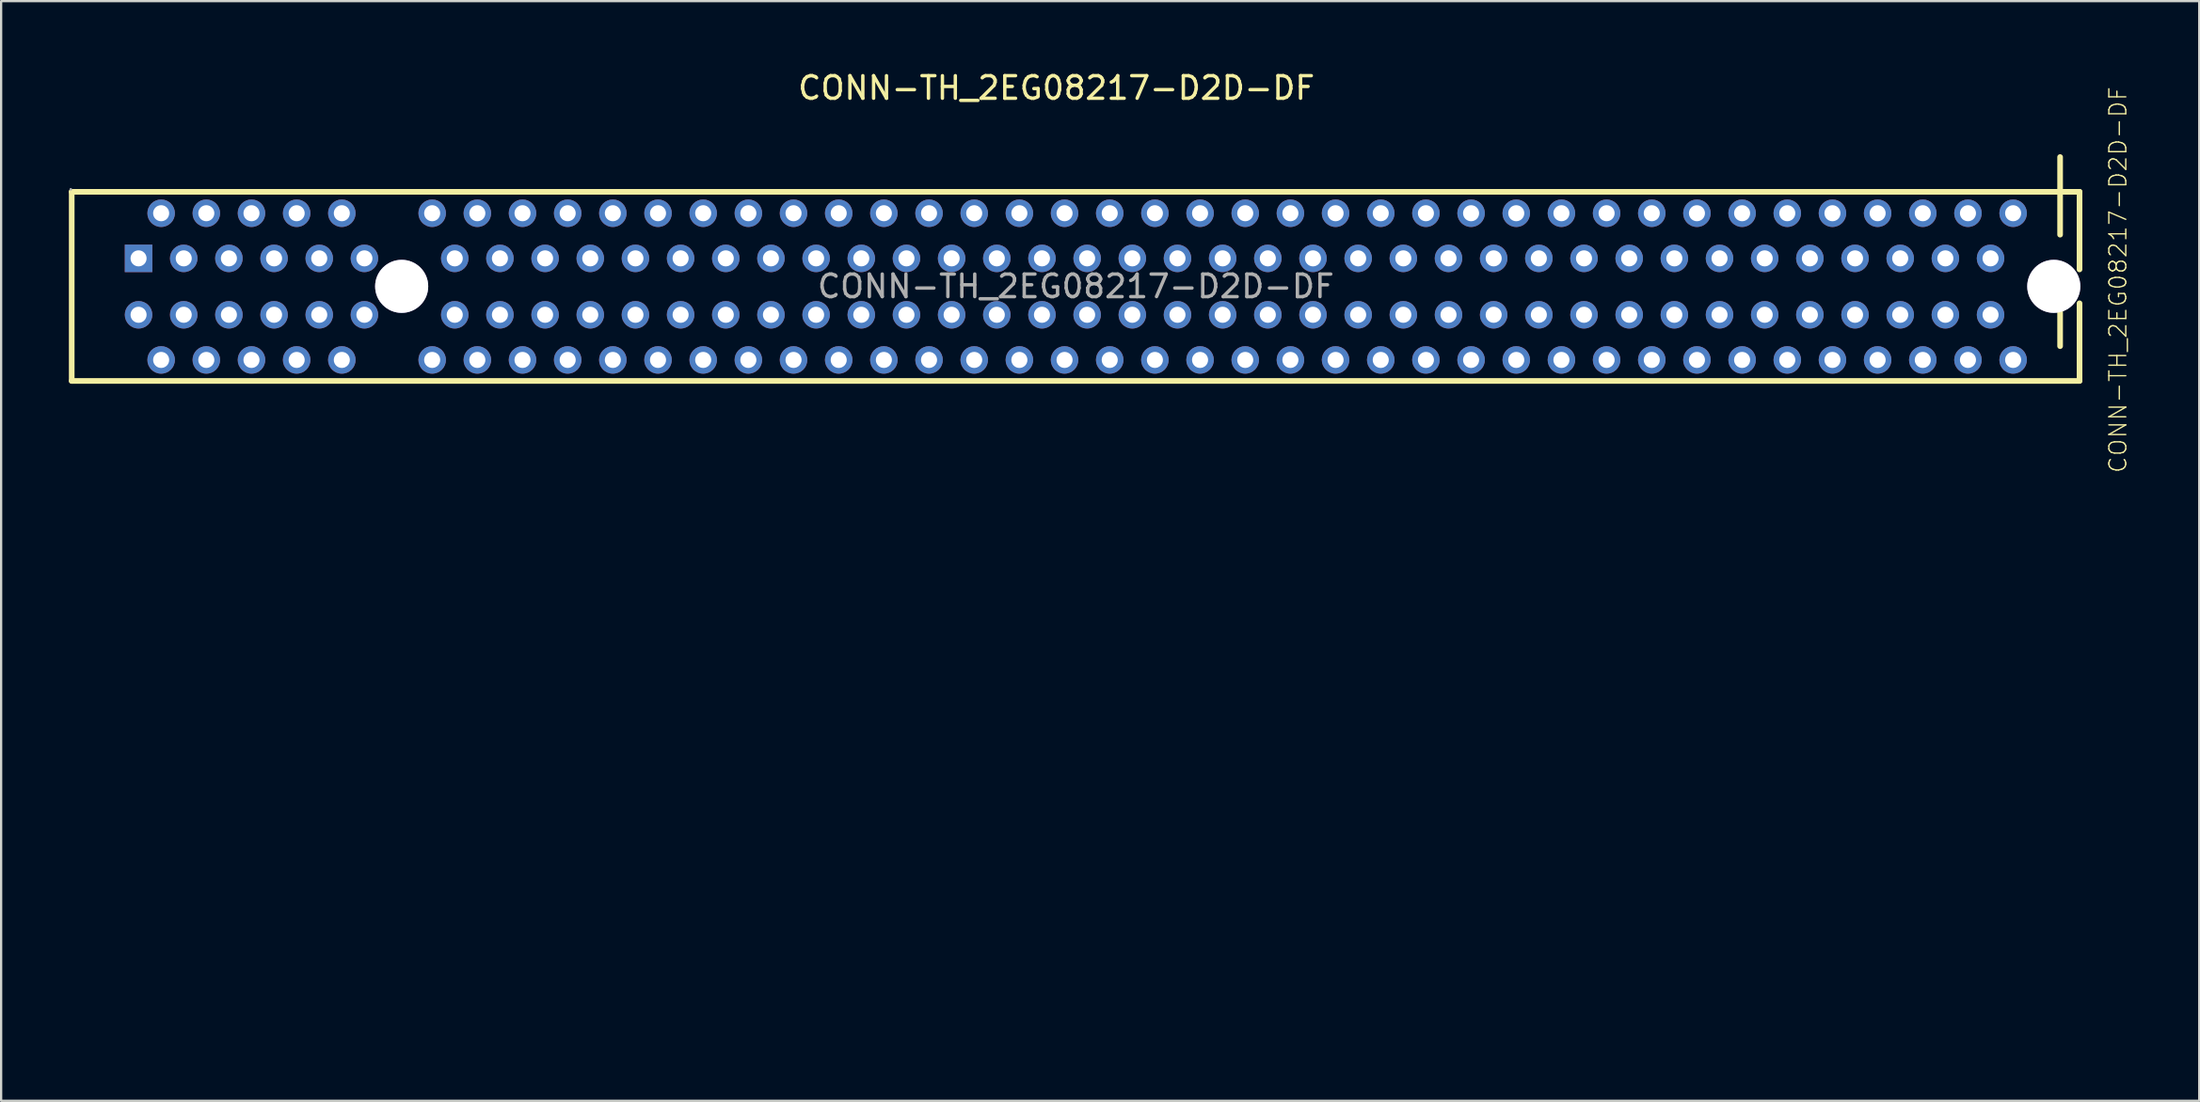
<source format=kicad_pcb>
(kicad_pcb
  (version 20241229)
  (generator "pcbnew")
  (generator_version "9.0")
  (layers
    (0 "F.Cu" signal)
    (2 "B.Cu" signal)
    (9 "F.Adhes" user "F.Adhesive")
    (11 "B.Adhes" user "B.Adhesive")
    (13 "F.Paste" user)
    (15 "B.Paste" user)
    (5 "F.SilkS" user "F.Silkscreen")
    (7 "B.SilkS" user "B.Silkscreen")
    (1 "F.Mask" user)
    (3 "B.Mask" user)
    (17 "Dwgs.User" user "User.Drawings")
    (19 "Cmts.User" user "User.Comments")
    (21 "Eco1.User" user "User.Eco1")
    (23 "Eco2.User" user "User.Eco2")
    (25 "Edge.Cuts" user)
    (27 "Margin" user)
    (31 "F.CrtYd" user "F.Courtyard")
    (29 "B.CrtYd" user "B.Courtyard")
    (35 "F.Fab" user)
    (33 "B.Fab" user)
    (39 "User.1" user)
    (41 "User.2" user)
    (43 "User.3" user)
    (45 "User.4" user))
  (footprint "CONN-TH_2EG08217-D2D-DF"
    (layer "F.Cu")
    (at 43.725 8.098)
    (property "Reference" "CONN-TH_2EG08217-D2D-DF" (at 0 -7.25 0) (layer "F.SilkS") (effects (font (size 1 1) (thickness 0.15))))
    (attr through_hole)
    (fp_line (start -43.6 -2.65) (end -43.6 5.73) (stroke (width 0.25) (type solid)) (layer "F.SilkS"))
    (fp_line (start -43.6 -2.65) (end 45.3 -2.65) (stroke (width 0.25) (type solid)) (layer "F.SilkS"))
    (fp_line (start -43.6 5.73) (end 45.3 5.73) (stroke (width 0.25) (type solid)) (layer "F.SilkS"))
    (fp_line (start 44.44 -0.75) (end 44.44 -4.19) (stroke (width 0.25) (type solid)) (layer "F.SilkS"))
    (fp_line (start 44.44 4.19) (end 44.44 0.75) (stroke (width 0.25) (type solid)) (layer "F.SilkS"))
    (fp_line (start 45.3 0.79) (end 45.3 -2.65) (stroke (width 0.25) (type solid)) (layer "F.SilkS"))
    (fp_line (start 45.3 5.73) (end 45.3 2.29) (stroke (width 0.25) (type solid)) (layer "F.SilkS"))
    (fp_circle (center -43.64 -2.76) (end -43.61 -2.76) (stroke (width 0.06) (type solid)) (fill no) (layer "F.Fab"))
    (fp_circle (center 29.955 33.049) (end 30.114 33.049) (stroke (width 0.025) (type solid)) (fill no) (layer "User.9"))
    (fp_circle (center 41.605 34.299) (end 41.922 34.299) (stroke (width 0.025) (type solid)) (fill no) (layer "User.9"))
    (fp_text user "${REFERENCE}" (at 47.442 9.86 90) (unlocked yes) (layer "F.SilkS") (effects (font (size 0.75 0.75) (thickness 0.06)) (justify left bottom)))
    (fp_text user "" (at 43.744 12.35 270) (unlocked yes) (layer "Eco1.User") (effects (font (size 0.61 0.61) (thickness 0.036)) (justify left bottom)))
    (fp_text user "${REFERENCE}" (at 0.86 1.54 180) (layer "F.Fab") (effects (font (size 1 1) (thickness 0.15))))
    (pad "" thru_hole circle (at -28.99 1.54) (size 2.35 2.35) (drill 2.35) (layers "*.Cu" "*.Mask"))
    (pad "" thru_hole circle (at 44.16 1.54) (size 2.35 2.35) (drill 2.35) (layers "*.Cu" "*.Mask"))
    (pad "A1" thru_hole rect (at -40.64 0.3 90) (size 1.219 1.219) (drill 0.711) (layers "*.Cu" "*.Mask"))
    (pad "A2" thru_hole circle (at -39.64 -1.7 90) (size 1.219 1.219) (drill 0.711) (layers "*.Cu" "*.Mask"))
    (pad "A3" thru_hole circle (at -38.64 0.3 90) (size 1.219 1.219) (drill 0.711) (layers "*.Cu" "*.Mask"))
    (pad "A4" thru_hole circle (at -37.64 -1.7 90) (size 1.219 1.219) (drill 0.711) (layers "*.Cu" "*.Mask"))
    (pad "A5" thru_hole circle (at -36.64 0.3 90) (size 1.219 1.219) (drill 0.711) (layers "*.Cu" "*.Mask"))
    (pad "A6" thru_hole circle (at -35.64 -1.7 90) (size 1.219 1.219) (drill 0.711) (layers "*.Cu" "*.Mask"))
    (pad "A7" thru_hole circle (at -34.64 0.3 90) (size 1.219 1.219) (drill 0.711) (layers "*.Cu" "*.Mask"))
    (pad "A8" thru_hole circle (at -33.64 -1.7 90) (size 1.219 1.219) (drill 0.711) (layers "*.Cu" "*.Mask"))
    (pad "A9" thru_hole circle (at -32.64 0.3 90) (size 1.219 1.219) (drill 0.711) (layers "*.Cu" "*.Mask"))
    (pad "A10" thru_hole circle (at -31.64 -1.7 90) (size 1.219 1.219) (drill 0.711) (layers "*.Cu" "*.Mask"))
    (pad "A11" thru_hole circle (at -30.64 0.3 90) (size 1.219 1.219) (drill 0.711) (layers "*.Cu" "*.Mask"))
    (pad "A12" thru_hole circle (at -27.64 -1.7 90) (size 1.219 1.219) (drill 0.711) (layers "*.Cu" "*.Mask"))
    (pad "A13" thru_hole circle (at -26.64 0.3 90) (size 1.219 1.219) (drill 0.711) (layers "*.Cu" "*.Mask"))
    (pad "A14" thru_hole circle (at -25.64 -1.7 90) (size 1.219 1.219) (drill 0.711) (layers "*.Cu" "*.Mask"))
    (pad "A15" thru_hole circle (at -24.64 0.3 90) (size 1.219 1.219) (drill 0.711) (layers "*.Cu" "*.Mask"))
    (pad "A16" thru_hole circle (at -23.64 -1.7 90) (size 1.219 1.219) (drill 0.711) (layers "*.Cu" "*.Mask"))
    (pad "A17" thru_hole circle (at -22.64 0.3 90) (size 1.219 1.219) (drill 0.711) (layers "*.Cu" "*.Mask"))
    (pad "A18" thru_hole circle (at -21.64 -1.7 90) (size 1.219 1.219) (drill 0.711) (layers "*.Cu" "*.Mask"))
    (pad "A19" thru_hole circle (at -20.64 0.3 90) (size 1.219 1.219) (drill 0.711) (layers "*.Cu" "*.Mask"))
    (pad "A20" thru_hole circle (at -19.64 -1.7 90) (size 1.219 1.219) (drill 0.711) (layers "*.Cu" "*.Mask"))
    (pad "A21" thru_hole circle (at -18.64 0.3 90) (size 1.219 1.219) (drill 0.711) (layers "*.Cu" "*.Mask"))
    (pad "A22" thru_hole circle (at -17.64 -1.7 90) (size 1.219 1.219) (drill 0.711) (layers "*.Cu" "*.Mask"))
    (pad "A23" thru_hole circle (at -16.64 0.3 90) (size 1.219 1.219) (drill 0.711) (layers "*.Cu" "*.Mask"))
    (pad "A24" thru_hole circle (at -15.64 -1.7 90) (size 1.219 1.219) (drill 0.711) (layers "*.Cu" "*.Mask"))
    (pad "A25" thru_hole circle (at -14.64 0.3 90) (size 1.219 1.219) (drill 0.711) (layers "*.Cu" "*.Mask"))
    (pad "A26" thru_hole circle (at -13.64 -1.7 90) (size 1.219 1.219) (drill 0.711) (layers "*.Cu" "*.Mask"))
    (pad "A27" thru_hole circle (at -12.64 0.3 90) (size 1.219 1.219) (drill 0.711) (layers "*.Cu" "*.Mask"))
    (pad "A28" thru_hole circle (at -11.64 -1.7 90) (size 1.219 1.219) (drill 0.711) (layers "*.Cu" "*.Mask"))
    (pad "A29" thru_hole circle (at -10.64 0.3 90) (size 1.219 1.219) (drill 0.711) (layers "*.Cu" "*.Mask"))
    (pad "A30" thru_hole circle (at -9.64 -1.7 90) (size 1.219 1.219) (drill 0.711) (layers "*.Cu" "*.Mask"))
    (pad "A31" thru_hole circle (at -8.64 0.3 90) (size 1.219 1.219) (drill 0.711) (layers "*.Cu" "*.Mask"))
    (pad "A32" thru_hole circle (at -7.64 -1.7 90) (size 1.219 1.219) (drill 0.711) (layers "*.Cu" "*.Mask"))
    (pad "A33" thru_hole circle (at -6.64 0.3 90) (size 1.219 1.219) (drill 0.711) (layers "*.Cu" "*.Mask"))
    (pad "A34" thru_hole circle (at -5.64 -1.7 90) (size 1.219 1.219) (drill 0.711) (layers "*.Cu" "*.Mask"))
    (pad "A35" thru_hole circle (at -4.64 0.3 90) (size 1.219 1.219) (drill 0.711) (layers "*.Cu" "*.Mask"))
    (pad "A36" thru_hole circle (at -3.64 -1.7 90) (size 1.219 1.219) (drill 0.711) (layers "*.Cu" "*.Mask"))
    (pad "A37" thru_hole circle (at -2.64 0.3 90) (size 1.219 1.219) (drill 0.711) (layers "*.Cu" "*.Mask"))
    (pad "A38" thru_hole circle (at -1.64 -1.7 90) (size 1.219 1.219) (drill 0.711) (layers "*.Cu" "*.Mask"))
    (pad "A39" thru_hole circle (at -0.64 0.3 90) (size 1.219 1.219) (drill 0.711) (layers "*.Cu" "*.Mask"))
    (pad "A40" thru_hole circle (at 0.36 -1.7 90) (size 1.219 1.219) (drill 0.711) (layers "*.Cu" "*.Mask"))
    (pad "A41" thru_hole circle (at 1.36 0.3 90) (size 1.219 1.219) (drill 0.711) (layers "*.Cu" "*.Mask"))
    (pad "A42" thru_hole circle (at 2.36 -1.7 90) (size 1.219 1.219) (drill 0.711) (layers "*.Cu" "*.Mask"))
    (pad "A43" thru_hole circle (at 3.36 0.3 90) (size 1.219 1.219) (drill 0.711) (layers "*.Cu" "*.Mask"))
    (pad "A44" thru_hole circle (at 4.36 -1.7 90) (size 1.219 1.219) (drill 0.711) (layers "*.Cu" "*.Mask"))
    (pad "A45" thru_hole circle (at 5.36 0.3 90) (size 1.219 1.219) (drill 0.711) (layers "*.Cu" "*.Mask"))
    (pad "A46" thru_hole circle (at 6.36 -1.7 90) (size 1.219 1.219) (drill 0.711) (layers "*.Cu" "*.Mask"))
    (pad "A47" thru_hole circle (at 7.36 0.3 90) (size 1.219 1.219) (drill 0.711) (layers "*.Cu" "*.Mask"))
    (pad "A48" thru_hole circle (at 8.36 -1.7 90) (size 1.219 1.219) (drill 0.711) (layers "*.Cu" "*.Mask"))
    (pad "A49" thru_hole circle (at 9.36 0.3 90) (size 1.219 1.219) (drill 0.711) (layers "*.Cu" "*.Mask"))
    (pad "A50" thru_hole circle (at 10.36 -1.7 90) (size 1.219 1.219) (drill 0.711) (layers "*.Cu" "*.Mask"))
    (pad "A51" thru_hole circle (at 11.36 0.3 90) (size 1.219 1.219) (drill 0.711) (layers "*.Cu" "*.Mask"))
    (pad "A52" thru_hole circle (at 12.36 -1.7 90) (size 1.219 1.219) (drill 0.711) (layers "*.Cu" "*.Mask"))
    (pad "A53" thru_hole circle (at 13.36 0.3 90) (size 1.219 1.219) (drill 0.711) (layers "*.Cu" "*.Mask"))
    (pad "A54" thru_hole circle (at 14.36 -1.7 90) (size 1.219 1.219) (drill 0.711) (layers "*.Cu" "*.Mask"))
    (pad "A55" thru_hole circle (at 15.36 0.3 90) (size 1.219 1.219) (drill 0.711) (layers "*.Cu" "*.Mask"))
    (pad "A56" thru_hole circle (at 16.36 -1.7 90) (size 1.219 1.219) (drill 0.711) (layers "*.Cu" "*.Mask"))
    (pad "A57" thru_hole circle (at 17.36 0.3 90) (size 1.219 1.219) (drill 0.711) (layers "*.Cu" "*.Mask"))
    (pad "A58" thru_hole circle (at 18.36 -1.7 90) (size 1.219 1.219) (drill 0.711) (layers "*.Cu" "*.Mask"))
    (pad "A59" thru_hole circle (at 19.36 0.3 90) (size 1.219 1.219) (drill 0.711) (layers "*.Cu" "*.Mask"))
    (pad "A60" thru_hole circle (at 20.36 -1.7 90) (size 1.219 1.219) (drill 0.711) (layers "*.Cu" "*.Mask"))
    (pad "A61" thru_hole circle (at 21.36 0.3 90) (size 1.219 1.219) (drill 0.711) (layers "*.Cu" "*.Mask"))
    (pad "A62" thru_hole circle (at 22.36 -1.7 90) (size 1.219 1.219) (drill 0.711) (layers "*.Cu" "*.Mask"))
    (pad "A63" thru_hole circle (at 23.36 0.3 90) (size 1.219 1.219) (drill 0.711) (layers "*.Cu" "*.Mask"))
    (pad "A64" thru_hole circle (at 24.36 -1.7 90) (size 1.219 1.219) (drill 0.711) (layers "*.Cu" "*.Mask"))
    (pad "A65" thru_hole circle (at 25.36 0.3 90) (size 1.219 1.219) (drill 0.711) (layers "*.Cu" "*.Mask"))
    (pad "A66" thru_hole circle (at 26.36 -1.7 90) (size 1.219 1.219) (drill 0.711) (layers "*.Cu" "*.Mask"))
    (pad "A67" thru_hole circle (at 27.36 0.3 90) (size 1.219 1.219) (drill 0.711) (layers "*.Cu" "*.Mask"))
    (pad "A68" thru_hole circle (at 28.36 -1.7 90) (size 1.219 1.219) (drill 0.711) (layers "*.Cu" "*.Mask"))
    (pad "A69" thru_hole circle (at 29.36 0.3 90) (size 1.219 1.219) (drill 0.711) (layers "*.Cu" "*.Mask"))
    (pad "A70" thru_hole circle (at 30.36 -1.7 90) (size 1.219 1.219) (drill 0.711) (layers "*.Cu" "*.Mask"))
    (pad "A71" thru_hole circle (at 31.36 0.3 90) (size 1.219 1.219) (drill 0.711) (layers "*.Cu" "*.Mask"))
    (pad "A72" thru_hole circle (at 32.36 -1.7 90) (size 1.219 1.219) (drill 0.711) (layers "*.Cu" "*.Mask"))
    (pad "A73" thru_hole circle (at 33.36 0.3 90) (size 1.219 1.219) (drill 0.711) (layers "*.Cu" "*.Mask"))
    (pad "A74" thru_hole circle (at 34.36 -1.7 90) (size 1.219 1.219) (drill 0.711) (layers "*.Cu" "*.Mask"))
    (pad "A75" thru_hole circle (at 35.36 0.3 90) (size 1.219 1.219) (drill 0.711) (layers "*.Cu" "*.Mask"))
    (pad "A76" thru_hole circle (at 36.36 -1.7 90) (size 1.219 1.219) (drill 0.711) (layers "*.Cu" "*.Mask"))
    (pad "A77" thru_hole circle (at 37.36 0.3 90) (size 1.219 1.219) (drill 0.711) (layers "*.Cu" "*.Mask"))
    (pad "A78" thru_hole circle (at 38.36 -1.7 90) (size 1.219 1.219) (drill 0.711) (layers "*.Cu" "*.Mask"))
    (pad "A79" thru_hole circle (at 39.36 0.3 90) (size 1.219 1.219) (drill 0.711) (layers "*.Cu" "*.Mask"))
    (pad "A80" thru_hole circle (at 40.36 -1.7 90) (size 1.219 1.219) (drill 0.711) (layers "*.Cu" "*.Mask"))
    (pad "A81" thru_hole circle (at 41.36 0.3 90) (size 1.219 1.219) (drill 0.711) (layers "*.Cu" "*.Mask"))
    (pad "A82" thru_hole circle (at 42.36 -1.7 90) (size 1.219 1.219) (drill 0.711) (layers "*.Cu" "*.Mask"))
    (pad "B1" thru_hole circle (at -40.64 2.8 90) (size 1.219 1.219) (drill 0.711) (layers "*.Cu" "*.Mask"))
    (pad "B2" thru_hole circle (at -39.64 4.8 90) (size 1.219 1.219) (drill 0.711) (layers "*.Cu" "*.Mask"))
    (pad "B3" thru_hole circle (at -38.64 2.8 90) (size 1.219 1.219) (drill 0.711) (layers "*.Cu" "*.Mask"))
    (pad "B4" thru_hole circle (at -37.64 4.8 90) (size 1.219 1.219) (drill 0.711) (layers "*.Cu" "*.Mask"))
    (pad "B5" thru_hole circle (at -36.64 2.8 90) (size 1.219 1.219) (drill 0.711) (layers "*.Cu" "*.Mask"))
    (pad "B6" thru_hole circle (at -35.64 4.8 90) (size 1.219 1.219) (drill 0.711) (layers "*.Cu" "*.Mask"))
    (pad "B7" thru_hole circle (at -34.64 2.8 90) (size 1.219 1.219) (drill 0.711) (layers "*.Cu" "*.Mask"))
    (pad "B8" thru_hole circle (at -33.64 4.8 90) (size 1.219 1.219) (drill 0.711) (layers "*.Cu" "*.Mask"))
    (pad "B9" thru_hole circle (at -32.64 2.8 90) (size 1.219 1.219) (drill 0.711) (layers "*.Cu" "*.Mask"))
    (pad "B10" thru_hole circle (at -31.64 4.8 90) (size 1.219 1.219) (drill 0.711) (layers "*.Cu" "*.Mask"))
    (pad "B11" thru_hole circle (at -30.64 2.8 90) (size 1.219 1.219) (drill 0.711) (layers "*.Cu" "*.Mask"))
    (pad "B12" thru_hole circle (at -27.64 4.8 90) (size 1.219 1.219) (drill 0.711) (layers "*.Cu" "*.Mask"))
    (pad "B13" thru_hole circle (at -26.64 2.8 90) (size 1.219 1.219) (drill 0.711) (layers "*.Cu" "*.Mask"))
    (pad "B14" thru_hole circle (at -25.64 4.8 90) (size 1.219 1.219) (drill 0.711) (layers "*.Cu" "*.Mask"))
    (pad "B15" thru_hole circle (at -24.64 2.8 90) (size 1.219 1.219) (drill 0.711) (layers "*.Cu" "*.Mask"))
    (pad "B16" thru_hole circle (at -23.64 4.8 90) (size 1.219 1.219) (drill 0.711) (layers "*.Cu" "*.Mask"))
    (pad "B17" thru_hole circle (at -22.64 2.8 90) (size 1.219 1.219) (drill 0.711) (layers "*.Cu" "*.Mask"))
    (pad "B18" thru_hole circle (at -21.64 4.8 90) (size 1.219 1.219) (drill 0.711) (layers "*.Cu" "*.Mask"))
    (pad "B19" thru_hole circle (at -20.64 2.8 90) (size 1.219 1.219) (drill 0.711) (layers "*.Cu" "*.Mask"))
    (pad "B20" thru_hole circle (at -19.64 4.8 90) (size 1.219 1.219) (drill 0.711) (layers "*.Cu" "*.Mask"))
    (pad "B21" thru_hole circle (at -18.64 2.8 90) (size 1.219 1.219) (drill 0.711) (layers "*.Cu" "*.Mask"))
    (pad "B22" thru_hole circle (at -17.64 4.8 90) (size 1.219 1.219) (drill 0.711) (layers "*.Cu" "*.Mask"))
    (pad "B23" thru_hole circle (at -16.64 2.8 90) (size 1.219 1.219) (drill 0.711) (layers "*.Cu" "*.Mask"))
    (pad "B24" thru_hole circle (at -15.64 4.8 90) (size 1.219 1.219) (drill 0.711) (layers "*.Cu" "*.Mask"))
    (pad "B25" thru_hole circle (at -14.64 2.8 90) (size 1.219 1.219) (drill 0.711) (layers "*.Cu" "*.Mask"))
    (pad "B26" thru_hole circle (at -13.64 4.8 90) (size 1.219 1.219) (drill 0.711) (layers "*.Cu" "*.Mask"))
    (pad "B27" thru_hole circle (at -12.64 2.8 90) (size 1.219 1.219) (drill 0.711) (layers "*.Cu" "*.Mask"))
    (pad "B28" thru_hole circle (at -11.64 4.8 90) (size 1.219 1.219) (drill 0.711) (layers "*.Cu" "*.Mask"))
    (pad "B29" thru_hole circle (at -10.64 2.8 90) (size 1.219 1.219) (drill 0.711) (layers "*.Cu" "*.Mask"))
    (pad "B30" thru_hole circle (at -9.64 4.8 90) (size 1.219 1.219) (drill 0.711) (layers "*.Cu" "*.Mask"))
    (pad "B31" thru_hole circle (at -8.64 2.8 90) (size 1.219 1.219) (drill 0.711) (layers "*.Cu" "*.Mask"))
    (pad "B32" thru_hole circle (at -7.64 4.8 90) (size 1.219 1.219) (drill 0.711) (layers "*.Cu" "*.Mask"))
    (pad "B33" thru_hole circle (at -6.64 2.8 90) (size 1.219 1.219) (drill 0.711) (layers "*.Cu" "*.Mask"))
    (pad "B34" thru_hole circle (at -5.64 4.8 90) (size 1.219 1.219) (drill 0.711) (layers "*.Cu" "*.Mask"))
    (pad "B35" thru_hole circle (at -4.64 2.8 90) (size 1.219 1.219) (drill 0.711) (layers "*.Cu" "*.Mask"))
    (pad "B36" thru_hole circle (at -3.64 4.8 90) (size 1.219 1.219) (drill 0.711) (layers "*.Cu" "*.Mask"))
    (pad "B37" thru_hole circle (at -2.64 2.8 90) (size 1.219 1.219) (drill 0.711) (layers "*.Cu" "*.Mask"))
    (pad "B38" thru_hole circle (at -1.64 4.8 90) (size 1.219 1.219) (drill 0.711) (layers "*.Cu" "*.Mask"))
    (pad "B39" thru_hole circle (at -0.64 2.8 90) (size 1.219 1.219) (drill 0.711) (layers "*.Cu" "*.Mask"))
    (pad "B40" thru_hole circle (at 0.36 4.8 90) (size 1.219 1.219) (drill 0.711) (layers "*.Cu" "*.Mask"))
    (pad "B41" thru_hole circle (at 1.36 2.8 90) (size 1.219 1.219) (drill 0.711) (layers "*.Cu" "*.Mask"))
    (pad "B42" thru_hole circle (at 2.36 4.8 90) (size 1.219 1.219) (drill 0.711) (layers "*.Cu" "*.Mask"))
    (pad "B43" thru_hole circle (at 3.36 2.8 90) (size 1.219 1.219) (drill 0.711) (layers "*.Cu" "*.Mask"))
    (pad "B44" thru_hole circle (at 4.36 4.8 90) (size 1.219 1.219) (drill 0.711) (layers "*.Cu" "*.Mask"))
    (pad "B45" thru_hole circle (at 5.36 2.8 90) (size 1.219 1.219) (drill 0.711) (layers "*.Cu" "*.Mask"))
    (pad "B46" thru_hole circle (at 6.36 4.8 90) (size 1.219 1.219) (drill 0.711) (layers "*.Cu" "*.Mask"))
    (pad "B47" thru_hole circle (at 7.36 2.8 90) (size 1.219 1.219) (drill 0.711) (layers "*.Cu" "*.Mask"))
    (pad "B48" thru_hole circle (at 8.36 4.8 90) (size 1.219 1.219) (drill 0.711) (layers "*.Cu" "*.Mask"))
    (pad "B49" thru_hole circle (at 9.36 2.8 90) (size 1.219 1.219) (drill 0.711) (layers "*.Cu" "*.Mask"))
    (pad "B50" thru_hole circle (at 10.36 4.8 90) (size 1.219 1.219) (drill 0.711) (layers "*.Cu" "*.Mask"))
    (pad "B51" thru_hole circle (at 11.36 2.8 90) (size 1.219 1.219) (drill 0.711) (layers "*.Cu" "*.Mask"))
    (pad "B52" thru_hole circle (at 12.36 4.8 90) (size 1.219 1.219) (drill 0.711) (layers "*.Cu" "*.Mask"))
    (pad "B53" thru_hole circle (at 13.36 2.8 90) (size 1.219 1.219) (drill 0.711) (layers "*.Cu" "*.Mask"))
    (pad "B54" thru_hole circle (at 14.36 4.8 90) (size 1.219 1.219) (drill 0.711) (layers "*.Cu" "*.Mask"))
    (pad "B55" thru_hole circle (at 15.36 2.8 90) (size 1.219 1.219) (drill 0.711) (layers "*.Cu" "*.Mask"))
    (pad "B56" thru_hole circle (at 16.36 4.8 90) (size 1.219 1.219) (drill 0.711) (layers "*.Cu" "*.Mask"))
    (pad "B57" thru_hole circle (at 17.36 2.8 90) (size 1.219 1.219) (drill 0.711) (layers "*.Cu" "*.Mask"))
    (pad "B58" thru_hole circle (at 18.36 4.8 90) (size 1.219 1.219) (drill 0.711) (layers "*.Cu" "*.Mask"))
    (pad "B59" thru_hole circle (at 19.36 2.8 90) (size 1.219 1.219) (drill 0.711) (layers "*.Cu" "*.Mask"))
    (pad "B60" thru_hole circle (at 20.36 4.8 90) (size 1.219 1.219) (drill 0.711) (layers "*.Cu" "*.Mask"))
    (pad "B61" thru_hole circle (at 21.36 2.8 90) (size 1.219 1.219) (drill 0.711) (layers "*.Cu" "*.Mask"))
    (pad "B62" thru_hole circle (at 22.36 4.8 90) (size 1.219 1.219) (drill 0.711) (layers "*.Cu" "*.Mask"))
    (pad "B63" thru_hole circle (at 23.36 2.8 90) (size 1.219 1.219) (drill 0.711) (layers "*.Cu" "*.Mask"))
    (pad "B64" thru_hole circle (at 24.36 4.8 90) (size 1.219 1.219) (drill 0.711) (layers "*.Cu" "*.Mask"))
    (pad "B65" thru_hole circle (at 25.36 2.8 90) (size 1.219 1.219) (drill 0.711) (layers "*.Cu" "*.Mask"))
    (pad "B66" thru_hole circle (at 26.36 4.8 90) (size 1.219 1.219) (drill 0.711) (layers "*.Cu" "*.Mask"))
    (pad "B67" thru_hole circle (at 27.36 2.8 90) (size 1.219 1.219) (drill 0.711) (layers "*.Cu" "*.Mask"))
    (pad "B68" thru_hole circle (at 28.36 4.8 90) (size 1.219 1.219) (drill 0.711) (layers "*.Cu" "*.Mask"))
    (pad "B69" thru_hole circle (at 29.36 2.8 90) (size 1.219 1.219) (drill 0.711) (layers "*.Cu" "*.Mask"))
    (pad "B70" thru_hole circle (at 30.36 4.8 90) (size 1.219 1.219) (drill 0.711) (layers "*.Cu" "*.Mask"))
    (pad "B71" thru_hole circle (at 31.36 2.8 90) (size 1.219 1.219) (drill 0.711) (layers "*.Cu" "*.Mask"))
    (pad "B72" thru_hole circle (at 32.36 4.8 90) (size 1.219 1.219) (drill 0.711) (layers "*.Cu" "*.Mask"))
    (pad "B73" thru_hole circle (at 33.36 2.8 90) (size 1.219 1.219) (drill 0.711) (layers "*.Cu" "*.Mask"))
    (pad "B74" thru_hole circle (at 34.36 4.8 90) (size 1.219 1.219) (drill 0.711) (layers "*.Cu" "*.Mask"))
    (pad "B75" thru_hole circle (at 35.36 2.8 90) (size 1.219 1.219) (drill 0.711) (layers "*.Cu" "*.Mask"))
    (pad "B76" thru_hole circle (at 36.36 4.8 90) (size 1.219 1.219) (drill 0.711) (layers "*.Cu" "*.Mask"))
    (pad "B77" thru_hole circle (at 37.36 2.8 90) (size 1.219 1.219) (drill 0.711) (layers "*.Cu" "*.Mask"))
    (pad "B78" thru_hole circle (at 38.36 4.8 90) (size 1.219 1.219) (drill 0.711) (layers "*.Cu" "*.Mask"))
    (pad "B79" thru_hole circle (at 39.36 2.8 90) (size 1.219 1.219) (drill 0.711) (layers "*.Cu" "*.Mask"))
    (pad "B80" thru_hole circle (at 40.36 4.8 90) (size 1.219 1.219) (drill 0.711) (layers "*.Cu" "*.Mask"))
    (pad "B81" thru_hole circle (at 41.36 2.8 90) (size 1.219 1.219) (drill 0.711) (layers "*.Cu" "*.Mask"))
    (pad "B82" thru_hole circle (at 42.36 4.8 90) (size 1.219 1.219) (drill 0.711) (layers "*.Cu" "*.Mask")))
  (gr_rect
    (start -3 -3)
    (end 94.325 45.727)
    (stroke (width 0.1) (type default))
    (fill no)
    (layer "Edge.Cuts")))
</source>
